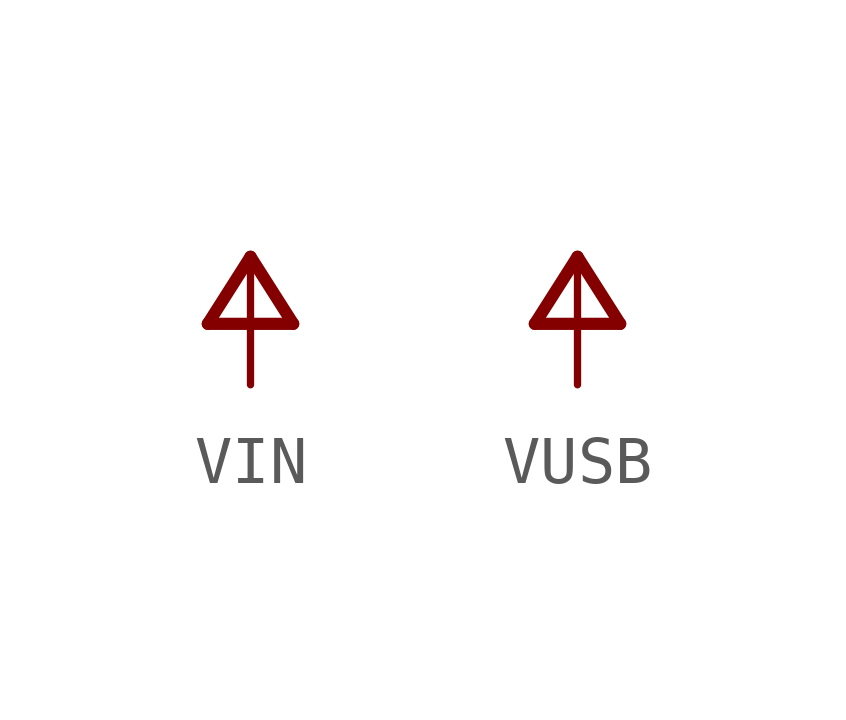
<source format=kicad_sym>
(kicad_symbol_lib
  (version 20231120)
  (generator "kicad_symbol_editor")
  (generator_version "8.0")
  (symbol "VIN"
    (power)
    (property "Reference" "#VIN"
      (at 0 0 0)
      (effects (font (size 1.27 1.27)) (hide yes)))
    (property "Value" ""
      (at 0 0.508 0)
      (effects (font (size 1.778 1.511)) (justify bottom)))
    (property "ki_locked" ""
      (at 0 0 0)
      (effects (font (size 1.27 1.27))))
    (symbol "VIN_1_0"
      (polyline (pts (xy -0.889 -1.27) (xy 0.889 -1.27)) (stroke (width 0.254) (type solid)) (fill (type none)))
      (polyline (pts (xy 0 0.127) (xy -0.889 -1.27)) (stroke (width 0.254) (type solid)) (fill (type none)))
      (polyline (pts (xy 0.889 -1.27) (xy 0 0.127)) (stroke (width 0.254) (type solid)) (fill (type none)))
      (pin power_in line (at 0 -2.54 90) (length 2.54) (name "VIN" (effects (font (size 0 0)))) (number "1" (effects (font (size 0 0)))))))
  (symbol "VUSB"
    (power)
    (property "Reference" "#V"
      (at 0 0 0)
      (effects (font (size 1.27 1.27)) (hide yes)))
    (property "Value" ""
      (at 0 0.508 0)
      (effects (font (size 1.778 1.511)) (justify bottom)))
    (property "ki_locked" ""
      (at 0 0 0)
      (effects (font (size 1.27 1.27))))
    (symbol "VUSB_1_0"
      (polyline (pts (xy -0.889 -1.27) (xy 0.889 -1.27)) (stroke (width 0.254) (type solid)) (fill (type none)))
      (polyline (pts (xy 0 0.127) (xy -0.889 -1.27)) (stroke (width 0.254) (type solid)) (fill (type none)))
      (polyline (pts (xy 0.889 -1.27) (xy 0 0.127)) (stroke (width 0.254) (type solid)) (fill (type none)))
      (pin power_in line (at 0 -2.54 90) (length 2.54) (name "VUSB" (effects (font (size 0 0)))) (number "1" (effects (font (size 0 0))))))))
</source>
